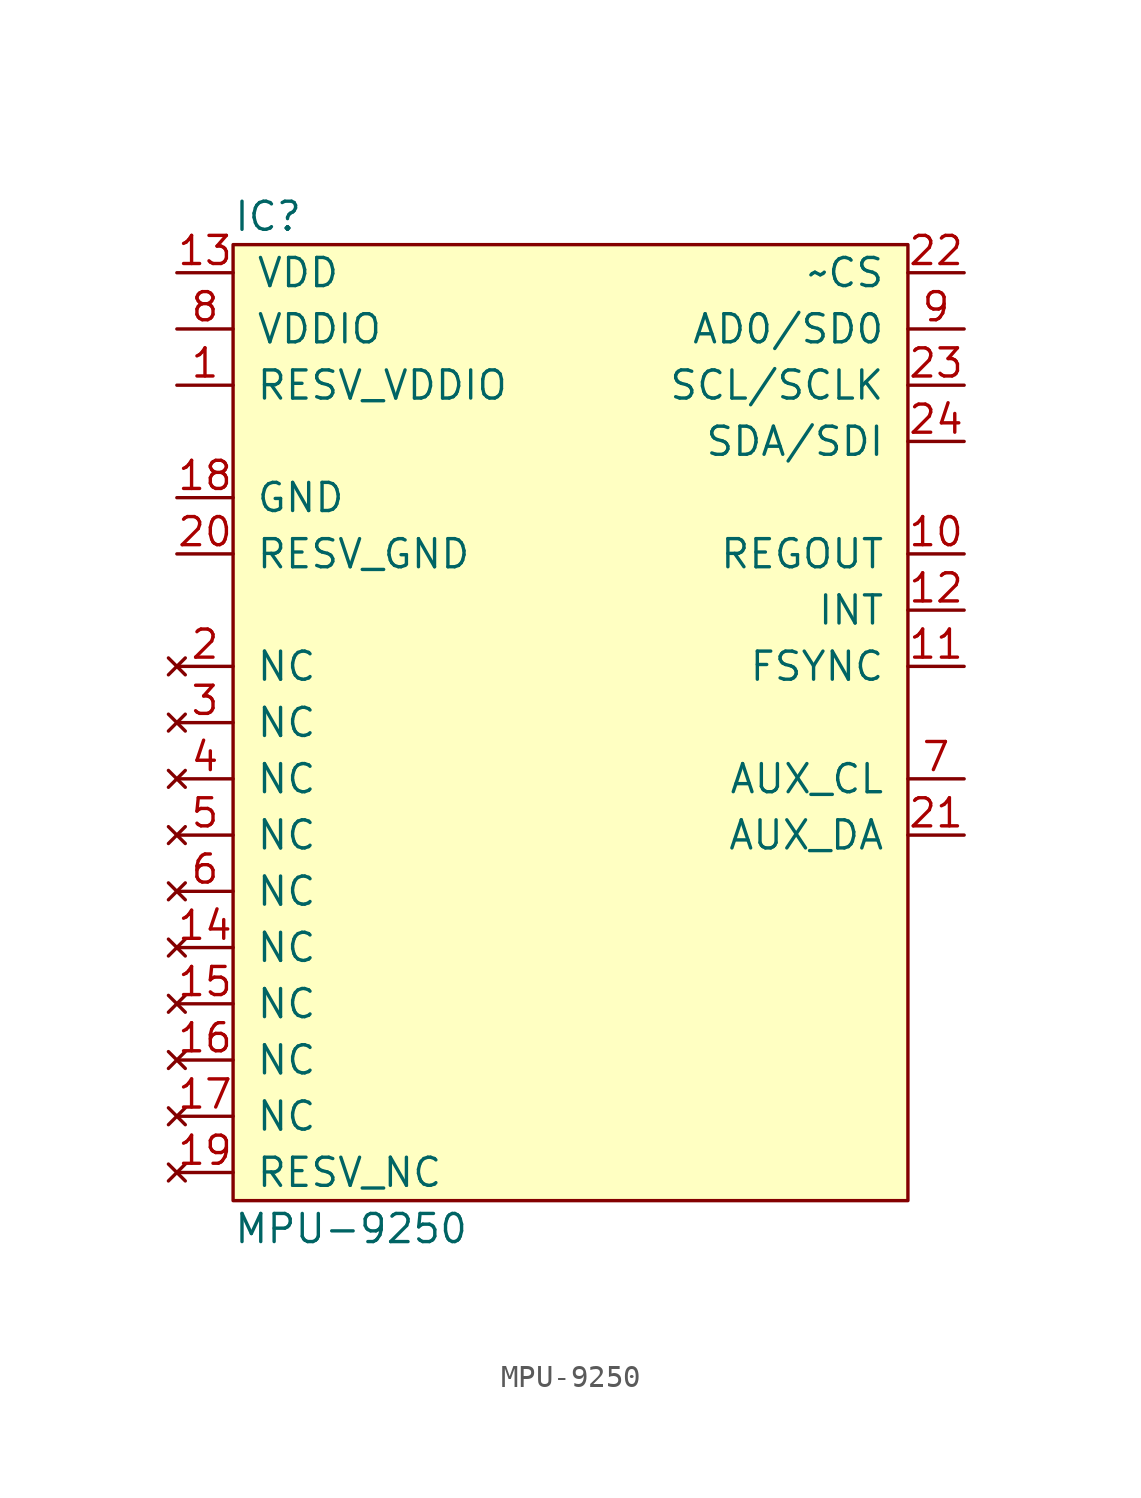
<source format=kicad_sym>
(kicad_symbol_lib
  (version 20211014)
  (generator agg_kicad.build_lib_ic)
  (symbol "MPU-9250"
    (pin_names
      (offset 1.016))
    (property Reference IC
      (at -15.24 22.86 0)
      (effects (font (size 1.27 1.27)) (justify left)))
    (property Value "MPU-9250"
      (at -15.24 -22.86 0)
      (effects (font (size 1.27 1.27)) (justify left)))
    (symbol "MPU-9250_0_0"
      (rectangle (start -15.24 21.59) (end 15.24 -21.59) (stroke (width 0) (type default) (color 0 0 0 0)) (fill (type background)))
      (pin power_in line (at -17.78 20.32 0) (length 2.54) (name VDD (effects (font (size 1.27 1.27)))) (number "13" (effects (font (size 1.27 1.27)))))
      (pin power_in line (at -17.78 17.78 0) (length 2.54) (name VDDIO (effects (font (size 1.27 1.27)))) (number "8" (effects (font (size 1.27 1.27)))))
      (pin input line (at -17.78 15.24 0) (length 2.54) (name RESV_VDDIO (effects (font (size 1.27 1.27)))) (number "1" (effects (font (size 1.27 1.27)))))
      (pin power_in line (at -17.78 10.16 0) (length 2.54) (name GND (effects (font (size 1.27 1.27)))) (number "18" (effects (font (size 1.27 1.27)))))
      (pin input line (at -17.78 7.62 0) (length 2.54) (name RESV_GND (effects (font (size 1.27 1.27)))) (number "20" (effects (font (size 1.27 1.27)))))
      (pin no_connect line (at -17.78 2.54 0) (length 2.54) (name NC (effects (font (size 1.27 1.27)))) (number "2" (effects (font (size 1.27 1.27)))))
      (pin no_connect line (at -17.78 0 0) (length 2.54) (name NC (effects (font (size 1.27 1.27)))) (number "3" (effects (font (size 1.27 1.27)))))
      (pin no_connect line (at -17.78 -2.54 0) (length 2.54) (name NC (effects (font (size 1.27 1.27)))) (number "4" (effects (font (size 1.27 1.27)))))
      (pin no_connect line (at -17.78 -5.08 0) (length 2.54) (name NC (effects (font (size 1.27 1.27)))) (number "5" (effects (font (size 1.27 1.27)))))
      (pin no_connect line (at -17.78 -7.62 0) (length 2.54) (name NC (effects (font (size 1.27 1.27)))) (number "6" (effects (font (size 1.27 1.27)))))
      (pin no_connect line (at -17.78 -10.16 0) (length 2.54) (name NC (effects (font (size 1.27 1.27)))) (number "14" (effects (font (size 1.27 1.27)))))
      (pin no_connect line (at -17.78 -12.7 0) (length 2.54) (name NC (effects (font (size 1.27 1.27)))) (number "15" (effects (font (size 1.27 1.27)))))
      (pin no_connect line (at -17.78 -15.24 0) (length 2.54) (name NC (effects (font (size 1.27 1.27)))) (number "16" (effects (font (size 1.27 1.27)))))
      (pin no_connect line (at -17.78 -17.78 0) (length 2.54) (name NC (effects (font (size 1.27 1.27)))) (number "17" (effects (font (size 1.27 1.27)))))
      (pin no_connect line (at -17.78 -20.32 0) (length 2.54) (name RESV_NC (effects (font (size 1.27 1.27)))) (number "19" (effects (font (size 1.27 1.27)))))
      (pin input line (at 17.78 20.32 180) (length 2.54) (name "~CS" (effects (font (size 1.27 1.27)))) (number "22" (effects (font (size 1.27 1.27)))))
      (pin bidirectional line (at 17.78 17.78 180) (length 2.54) (name "AD0/SD0" (effects (font (size 1.27 1.27)))) (number "9" (effects (font (size 1.27 1.27)))))
      (pin input line (at 17.78 15.24 180) (length 2.54) (name "SCL/SCLK" (effects (font (size 1.27 1.27)))) (number "23" (effects (font (size 1.27 1.27)))))
      (pin input line (at 17.78 12.7 180) (length 2.54) (name "SDA/SDI" (effects (font (size 1.27 1.27)))) (number "24" (effects (font (size 1.27 1.27)))))
      (pin passive line (at 17.78 7.62 180) (length 2.54) (name REGOUT (effects (font (size 1.27 1.27)))) (number "10" (effects (font (size 1.27 1.27)))))
      (pin open_collector line (at 17.78 5.08 180) (length 2.54) (name INT (effects (font (size 1.27 1.27)))) (number "12" (effects (font (size 1.27 1.27)))))
      (pin input line (at 17.78 2.54 180) (length 2.54) (name FSYNC (effects (font (size 1.27 1.27)))) (number "11" (effects (font (size 1.27 1.27)))))
      (pin tri_state line (at 17.78 -2.54 180) (length 2.54) (name AUX_CL (effects (font (size 1.27 1.27)))) (number "7" (effects (font (size 1.27 1.27)))))
      (pin tri_state line (at 17.78 -5.08 180) (length 2.54) (name AUX_DA (effects (font (size 1.27 1.27)))) (number "21" (effects (font (size 1.27 1.27))))))))
</source>
